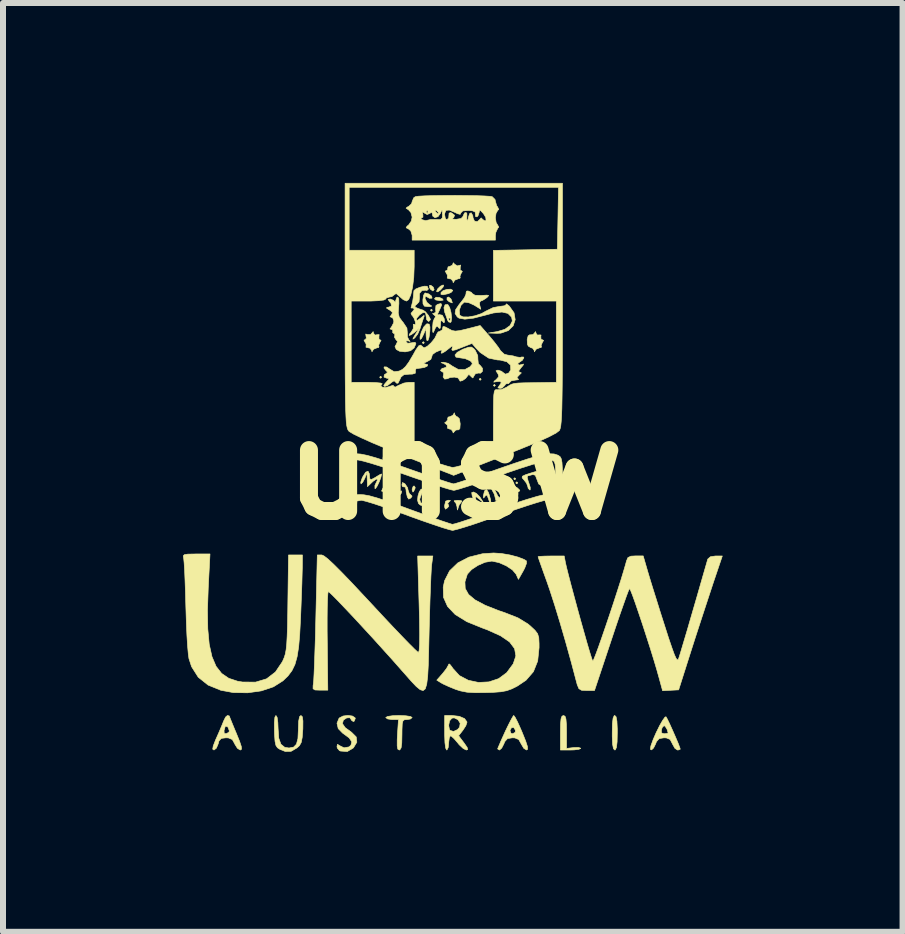
<source format=kicad_pcb>
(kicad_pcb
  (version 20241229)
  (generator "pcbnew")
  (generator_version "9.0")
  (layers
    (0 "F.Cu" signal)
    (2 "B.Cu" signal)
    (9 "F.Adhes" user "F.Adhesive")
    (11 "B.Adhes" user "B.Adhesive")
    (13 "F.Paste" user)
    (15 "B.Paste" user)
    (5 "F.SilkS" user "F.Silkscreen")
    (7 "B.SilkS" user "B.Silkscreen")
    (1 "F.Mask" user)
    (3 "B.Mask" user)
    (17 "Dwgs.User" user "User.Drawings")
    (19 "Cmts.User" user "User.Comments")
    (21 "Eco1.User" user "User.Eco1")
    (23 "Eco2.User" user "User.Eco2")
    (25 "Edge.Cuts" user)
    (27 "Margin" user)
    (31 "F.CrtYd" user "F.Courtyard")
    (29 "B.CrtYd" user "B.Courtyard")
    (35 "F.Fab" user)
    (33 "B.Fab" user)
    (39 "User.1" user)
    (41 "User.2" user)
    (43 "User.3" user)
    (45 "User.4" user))
  (footprint "unsw"
    (layer "F.Cu")
    (at 4.532 4.78)
    (property "Reference" "unsw" (at 0 0 0) (layer "F.SilkS") (effects (font (size 1.524 1.524) (thickness 0.3))))
    (attr through_hole)
    (fp_poly (pts (xy -1.219 -1.541) (xy -1.236 -1.524) (xy -1.253 -1.541) (xy -1.236 -1.558) (xy -1.219 -1.541)) (stroke (width 0.01) (type solid)) (fill yes) (layer "F.SilkS"))
    (fp_poly (pts (xy -0.508 -2.117) (xy -0.525 -2.1) (xy -0.542 -2.117) (xy -0.525 -2.134) (xy -0.508 -2.117)) (stroke (width 0.01) (type solid)) (fill yes) (layer "F.SilkS"))
    (fp_poly (pts (xy -0.406 0.491) (xy -0.423 0.508) (xy -0.44 0.491) (xy -0.423 0.474) (xy -0.406 0.491)) (stroke (width 0.01) (type solid)) (fill yes) (layer "F.SilkS"))
    (fp_poly (pts (xy -0.373 -2.659) (xy -0.389 -2.642) (xy -0.406 -2.659) (xy -0.389 -2.675) (xy -0.373 -2.659)) (stroke (width 0.01) (type solid)) (fill yes) (layer "F.SilkS"))
    (fp_poly (pts (xy 0.44 -1.507) (xy 0.423 -1.49) (xy 0.406 -1.507) (xy 0.423 -1.524) (xy 0.44 -1.507)) (stroke (width 0.01) (type solid)) (fill yes) (layer "F.SilkS"))
    (fp_poly (pts (xy 0.677 -1.405) (xy 0.66 -1.389) (xy 0.643 -1.405) (xy 0.66 -1.422) (xy 0.677 -1.405)) (stroke (width 0.01) (type solid)) (fill yes) (layer "F.SilkS"))
    (fp_poly (pts (xy 0.847 0.457) (xy 0.83 0.474) (xy 0.813 0.457) (xy 0.83 0.44) (xy 0.847 0.457)) (stroke (width 0.01) (type solid)) (fill yes) (layer "F.SilkS"))
    (fp_poly (pts (xy 1.016 0.152) (xy 0.999 0.169) (xy 0.982 0.152) (xy 0.999 0.135) (xy 1.016 0.152)) (stroke (width 0.01) (type solid)) (fill yes) (layer "F.SilkS"))
    (fp_poly (pts (xy 1.05 0.22) (xy 1.033 0.237) (xy 1.016 0.22) (xy 1.033 0.203) (xy 1.05 0.22)) (stroke (width 0.01) (type solid)) (fill yes) (layer "F.SilkS"))
    (fp_poly (pts (xy 1.558 0.22) (xy 1.541 0.237) (xy 1.524 0.22) (xy 1.541 0.203) (xy 1.558 0.22)) (stroke (width 0.01) (type solid)) (fill yes) (layer "F.SilkS"))
    (fp_poly (pts (xy -0.384 0.384) (xy -0.38 0.424) (xy -0.384 0.429) (xy -0.404 0.424) (xy -0.406 0.406) (xy -0.394 0.379) (xy -0.384 0.384)) (stroke (width 0.01) (type solid)) (fill yes) (layer "F.SilkS"))
    (fp_poly (pts (xy 0.768 0.35) (xy 0.763 0.37) (xy 0.745 0.373) (xy 0.717 0.36) (xy 0.722 0.35) (xy 0.763 0.346) (xy 0.768 0.35)) (stroke (width 0.01) (type solid)) (fill yes) (layer "F.SilkS"))
    (fp_poly (pts (xy -0.891 0.391) (xy -0.91 0.415) (xy -0.939 0.437) (xy -0.932 0.403) (xy -0.929 0.396) (xy -0.902 0.355) (xy -0.887 0.355) (xy -0.891 0.391)) (stroke (width 0.01) (type solid)) (fill yes) (layer "F.SilkS"))
    (fp_poly (pts (xy -0.66 0.296) (xy -0.665 0.322) (xy -0.689 0.366) (xy -0.698 0.373) (xy -0.71 0.345) (xy -0.711 0.322) (xy -0.693 0.277) (xy -0.678 0.271) (xy -0.66 0.296)) (stroke (width 0.01) (type solid)) (fill yes) (layer "F.SilkS"))
    (fp_poly (pts (xy -0.359 -3.043) (xy -0.344 -3.002) (xy -0.364 -2.98) (xy -0.366 -2.98) (xy -0.405 -3.007) (xy -0.42 -3.034) (xy -0.421 -3.074) (xy -0.4 -3.074) (xy -0.359 -3.043)) (stroke (width 0.01) (type solid)) (fill yes) (layer "F.SilkS"))
    (fp_poly (pts (xy -0.254 -2.87) (xy -0.208 -2.849) (xy -0.193 -2.827) (xy -0.241 -2.819) (xy -0.25 -2.819) (xy -0.316 -2.829) (xy -0.339 -2.849) (xy -0.313 -2.875) (xy -0.254 -2.87)) (stroke (width 0.01) (type solid)) (fill yes) (layer "F.SilkS"))
    (fp_poly (pts (xy -0.185 -3.075) (xy -0.195 -3.044) (xy -0.237 -2.997) (xy -0.285 -2.964) (xy -0.305 -2.971) (xy -0.284 -3.016) (xy -0.239 -3.059) (xy -0.196 -3.079) (xy -0.185 -3.075)) (stroke (width 0.01) (type solid)) (fill yes) (layer "F.SilkS"))
    (fp_poly (pts (xy 0.916 0.365) (xy 0.927 0.389) (xy 0.927 0.433) (xy 0.913 0.44) (xy 0.884 0.413) (xy 0.881 0.389) (xy 0.888 0.344) (xy 0.894 0.339) (xy 0.916 0.365)) (stroke (width 0.01) (type solid)) (fill yes) (layer "F.SilkS"))
    (fp_poly (pts (xy -0.068 -2.852) (xy -0.055 -2.828) (xy -0.042 -2.785) (xy -0.043 -2.78) (xy -0.076 -2.793) (xy -0.093 -2.799) (xy -0.13 -2.833) (xy -0.129 -2.869) (xy -0.105 -2.879) (xy -0.068 -2.852)) (stroke (width 0.01) (type solid)) (fill yes) (layer "F.SilkS"))
    (fp_poly (pts (xy -0.035 -2.991) (xy -0.034 -2.986) (xy -0.062 -2.954) (xy -0.11 -2.934) (xy -0.196 -2.915) (xy -0.231 -2.923) (xy -0.229 -2.955) (xy -0.193 -2.986) (xy -0.13 -3.006) (xy -0.068 -3.009) (xy -0.035 -2.991)) (stroke (width 0.01) (type solid)) (fill yes) (layer "F.SilkS"))
    (fp_poly (pts (xy -0.072 0.515) (xy -0.097 0.538) (xy -0.12 0.569) (xy -0.109 0.58) (xy -0.1 0.608) (xy -0.122 0.636) (xy -0.157 0.658) (xy -0.169 0.625) (xy -0.169 0.594) (xy -0.152 0.525) (xy -0.11 0.509) (xy -0.072 0.515)) (stroke (width 0.01) (type solid)) (fill yes) (layer "F.SilkS"))
    (fp_poly (pts (xy 0.646 0.299) (xy 0.68 0.363) (xy 0.717 0.438) (xy 0.75 0.477) (xy 0.756 0.504) (xy 0.731 0.519) (xy 0.686 0.516) (xy 0.677 0.481) (xy 0.659 0.409) (xy 0.625 0.346) (xy 0.597 0.291) (xy 0.609 0.271) (xy 0.646 0.299)) (stroke (width 0.01) (type solid)) (fill yes) (layer "F.SilkS"))
    (fp_poly (pts (xy 0.11 0.516) (xy 0.117 0.532) (xy 0.114 0.534) (xy 0.074 0.585) (xy 0.059 0.627) (xy 0.045 0.672) (xy 0.04 0.652) (xy 0.038 0.621) (xy 0.017 0.555) (xy -0.008 0.53) (xy -0.01 0.518) (xy 0.043 0.511) (xy 0.051 0.511) (xy 0.11 0.516)) (stroke (width 0.01) (type solid)) (fill yes) (layer "F.SilkS"))
    (fp_poly (pts (xy -0.533 0.362) (xy -0.558 0.417) (xy -0.585 0.493) (xy -0.57 0.55) (xy -0.52 0.57) (xy -0.493 0.564) (xy -0.455 0.56) (xy -0.457 0.576) (xy -0.51 0.608) (xy -0.576 0.59) (xy -0.605 0.564) (xy -0.621 0.511) (xy -0.614 0.438) (xy -0.592 0.368) (xy -0.562 0.325) (xy -0.539 0.324) (xy -0.533 0.362)) (stroke (width 0.01) (type solid)) (fill yes) (layer "F.SilkS"))
    (fp_poly (pts (xy 0.558 0.375) (xy 0.575 0.422) (xy 0.598 0.505) (xy 0.602 0.557) (xy 0.6 0.563) (xy 0.582 0.546) (xy 0.561 0.486) (xy 0.539 0.427) (xy 0.517 0.428) (xy 0.506 0.442) (xy 0.481 0.473) (xy 0.475 0.444) (xy 0.475 0.44) (xy 0.493 0.366) (xy 0.505 0.343) (xy 0.53 0.33) (xy 0.558 0.375)) (stroke (width 0.01) (type solid)) (fill yes) (layer "F.SilkS"))
    (fp_poly (pts (xy 2.689 4.12) (xy 2.703 4.193) (xy 2.709 4.322) (xy 2.709 4.386) (xy 2.706 4.538) (xy 2.695 4.631) (xy 2.676 4.671) (xy 2.667 4.674) (xy 2.645 4.651) (xy 2.631 4.579) (xy 2.625 4.449) (xy 2.625 4.386) (xy 2.628 4.233) (xy 2.639 4.141) (xy 2.658 4.101) (xy 2.667 4.098) (xy 2.689 4.12)) (stroke (width 0.01) (type solid)) (fill yes) (layer "F.SilkS"))
    (fp_poly (pts (xy -0.835 0.233) (xy -0.83 0.237) (xy -0.786 0.302) (xy -0.779 0.34) (xy -0.758 0.399) (xy -0.737 0.416) (xy -0.712 0.442) (xy -0.732 0.472) (xy -0.768 0.491) (xy -0.791 0.457) (xy -0.81 0.374) (xy -0.813 0.334) (xy -0.826 0.289) (xy -0.847 0.288) (xy -0.875 0.279) (xy -0.881 0.252) (xy -0.872 0.214) (xy -0.835 0.233)) (stroke (width 0.01) (type solid)) (fill yes) (layer "F.SilkS"))
    (fp_poly (pts (xy -0.427 -2.426) (xy -0.414 -2.379) (xy -0.416 -2.307) (xy -0.429 -2.208) (xy -0.447 -2.154) (xy -0.464 -2.152) (xy -0.476 -2.209) (xy -0.478 -2.238) (xy -0.481 -2.354) (xy -0.518 -2.261) (xy -0.556 -2.185) (xy -0.578 -2.171) (xy -0.58 -2.213) (xy -0.558 -2.294) (xy -0.518 -2.378) (xy -0.472 -2.428) (xy -0.461 -2.432) (xy -0.427 -2.426)) (stroke (width 0.01) (type solid)) (fill yes) (layer "F.SilkS"))
    (fp_poly (pts (xy 0.362 0.397) (xy 0.416 0.453) (xy 0.425 0.466) (xy 0.485 0.559) (xy 0.412 0.494) (xy 0.358 0.452) (xy 0.342 0.459) (xy 0.358 0.52) (xy 0.372 0.557) (xy 0.387 0.619) (xy 0.376 0.643) (xy 0.347 0.615) (xy 0.33 0.567) (xy 0.305 0.478) (xy 0.289 0.432) (xy 0.282 0.382) (xy 0.312 0.372) (xy 0.362 0.397)) (stroke (width 0.01) (type solid)) (fill yes) (layer "F.SilkS"))
    (fp_poly (pts (xy 1.838 4.111) (xy 1.853 4.156) (xy 1.861 4.248) (xy 1.863 4.373) (xy 1.863 4.647) (xy 1.981 4.633) (xy 2.059 4.631) (xy 2.099 4.643) (xy 2.1 4.647) (xy 2.069 4.662) (xy 1.991 4.672) (xy 1.93 4.674) (xy 1.761 4.674) (xy 1.761 4.386) (xy 1.763 4.242) (xy 1.771 4.154) (xy 1.787 4.11) (xy 1.812 4.098) (xy 1.838 4.111)) (stroke (width 0.01) (type solid)) (fill yes) (layer "F.SilkS"))
    (fp_poly (pts (xy 0.948 0.249) (xy 0.974 0.262) (xy 1.046 0.306) (xy 1.082 0.342) (xy 1.084 0.346) (xy 1.064 0.372) (xy 1.017 0.354) (xy 0.981 0.32) (xy 0.925 0.285) (xy 0.892 0.285) (xy 0.852 0.285) (xy 0.847 0.275) (xy 0.818 0.258) (xy 0.754 0.259) (xy 0.694 0.266) (xy 0.695 0.26) (xy 0.758 0.238) (xy 0.762 0.237) (xy 0.855 0.221) (xy 0.948 0.249)) (stroke (width 0.01) (type solid)) (fill yes) (layer "F.SilkS"))
    (fp_poly (pts (xy -0.434 -2.93) (xy -0.388 -2.895) (xy -0.379 -2.862) (xy -0.381 -2.859) (xy -0.423 -2.857) (xy -0.453 -2.875) (xy -0.49 -2.895) (xy -0.496 -2.857) (xy -0.496 -2.854) (xy -0.465 -2.79) (xy -0.426 -2.756) (xy -0.385 -2.728) (xy -0.403 -2.719) (xy -0.448 -2.718) (xy -0.507 -2.726) (xy -0.53 -2.765) (xy -0.532 -2.832) (xy -0.52 -2.909) (xy -0.497 -2.945) (xy -0.493 -2.946) (xy -0.434 -2.93)) (stroke (width 0.01) (type solid)) (fill yes) (layer "F.SilkS"))
    (fp_poly (pts (xy -0.114 -2.75) (xy -0.085 -2.702) (xy -0.063 -2.621) (xy -0.053 -2.534) (xy -0.06 -2.469) (xy -0.07 -2.454) (xy -0.105 -2.464) (xy -0.122 -2.496) (xy -0.125 -2.506) (xy -0.102 -2.506) (xy -0.089 -2.478) (xy -0.079 -2.484) (xy -0.075 -2.524) (xy -0.079 -2.529) (xy -0.099 -2.524) (xy -0.102 -2.506) (xy -0.125 -2.506) (xy -0.151 -2.579) (xy -0.169 -2.628) (xy -0.181 -2.7) (xy -0.162 -2.749) (xy -0.122 -2.754) (xy -0.114 -2.75)) (stroke (width 0.01) (type solid)) (fill yes) (layer "F.SilkS"))
    (fp_poly (pts (xy -1.035 0.152) (xy -1.018 0.211) (xy -1.016 0.271) (xy -1.023 0.356) (xy -1.041 0.403) (xy -1.049 0.406) (xy -1.067 0.382) (xy -1.062 0.356) (xy -1.067 0.315) (xy -1.109 0.307) (xy -1.165 0.334) (xy -1.179 0.345) (xy -1.213 0.365) (xy -1.219 0.351) (xy -1.196 0.305) (xy -1.146 0.251) (xy -1.102 0.218) (xy -1.095 0.226) (xy -1.097 0.229) (xy -1.1 0.266) (xy -1.086 0.271) (xy -1.052 0.251) (xy -1.068 0.202) (xy -1.091 0.176) (xy -1.11 0.143) (xy -1.074 0.135) (xy -1.035 0.152)) (stroke (width 0.01) (type solid)) (fill yes) (layer "F.SilkS"))
    (fp_poly (pts (xy -0.816 4.103) (xy -0.738 4.115) (xy -0.711 4.132) (xy -0.74 4.157) (xy -0.796 4.166) (xy -0.839 4.169) (xy -0.864 4.188) (xy -0.876 4.237) (xy -0.88 4.33) (xy -0.881 4.42) (xy -0.884 4.558) (xy -0.895 4.638) (xy -0.916 4.671) (xy -0.926 4.674) (xy -0.95 4.659) (xy -0.96 4.606) (xy -0.96 4.505) (xy -0.956 4.42) (xy -0.939 4.166) (xy -1.045 4.166) (xy -1.119 4.156) (xy -1.151 4.133) (xy -1.151 4.132) (xy -1.12 4.114) (xy -1.038 4.102) (xy -0.931 4.098) (xy -0.816 4.103)) (stroke (width 0.01) (type solid)) (fill yes) (layer "F.SilkS"))
    (fp_poly (pts (xy -0.003 -0.923) (xy 0.027 -0.884) (xy 0.044 -0.881) (xy 0.076 -0.85) (xy 0.09 -0.766) (xy 0.09 -0.762) (xy 0.085 -0.687) (xy 0.064 -0.663) (xy 0.06 -0.665) (xy 0.016 -0.66) (xy -0.003 -0.639) (xy -0.028 -0.613) (xy -0.033 -0.635) (xy -0.061 -0.672) (xy -0.087 -0.677) (xy -0.123 -0.692) (xy -0.12 -0.708) (xy -0.127 -0.747) (xy -0.144 -0.759) (xy -0.169 -0.781) (xy -0.144 -0.799) (xy -0.116 -0.834) (xy -0.12 -0.85) (xy -0.111 -0.877) (xy -0.089 -0.881) (xy -0.034 -0.905) (xy -0.022 -0.923) (xy -0.007 -0.948) (xy -0.003 -0.923)) (stroke (width 0.01) (type solid)) (fill yes) (layer "F.SilkS"))
    (fp_poly (pts (xy 1.354 -2.274) (xy 1.378 -2.243) (xy 1.404 -2.247) (xy 1.438 -2.245) (xy 1.434 -2.217) (xy 1.438 -2.174) (xy 1.457 -2.167) (xy 1.481 -2.155) (xy 1.461 -2.122) (xy 1.439 -2.073) (xy 1.445 -2.054) (xy 1.439 -2.035) (xy 1.414 -2.032) (xy 1.357 -2.009) (xy 1.343 -1.99) (xy 1.328 -1.965) (xy 1.323 -1.99) (xy 1.294 -2.028) (xy 1.272 -2.032) (xy 1.225 -2.06) (xy 1.211 -2.091) (xy 1.207 -2.171) (xy 1.223 -2.231) (xy 1.253 -2.251) (xy 1.261 -2.247) (xy 1.305 -2.253) (xy 1.324 -2.273) (xy 1.348 -2.302) (xy 1.354 -2.274)) (stroke (width 0.01) (type solid)) (fill yes) (layer "F.SilkS"))
    (fp_poly (pts (xy -1.425 0.067) (xy -1.422 0.104) (xy -1.416 0.155) (xy -1.388 0.163) (xy -1.324 0.129) (xy -1.303 0.115) (xy -1.244 0.08) (xy -1.22 0.072) (xy -1.22 0.072) (xy -1.232 0.129) (xy -1.26 0.203) (xy -1.293 0.272) (xy -1.321 0.314) (xy -1.331 0.316) (xy -1.332 0.264) (xy -1.319 0.235) (xy -1.288 0.171) (xy -1.302 0.154) (xy -1.356 0.189) (xy -1.372 0.203) (xy -1.456 0.283) (xy -1.46 0.167) (xy -1.463 0.051) (xy -1.5 0.144) (xy -1.535 0.21) (xy -1.564 0.237) (xy -1.568 0.21) (xy -1.546 0.144) (xy -1.535 0.12) (xy -1.486 0.043) (xy -1.447 0.025) (xy -1.425 0.067)) (stroke (width 0.01) (type solid)) (fill yes) (layer "F.SilkS"))
    (fp_poly (pts (xy -1.355 -2.274) (xy -1.331 -2.244) (xy -1.3 -2.249) (xy -1.261 -2.252) (xy -1.265 -2.219) (xy -1.264 -2.175) (xy -1.248 -2.167) (xy -1.229 -2.153) (xy -1.249 -2.122) (xy -1.27 -2.073) (xy -1.264 -2.054) (xy -1.271 -2.035) (xy -1.295 -2.032) (xy -1.352 -2.009) (xy -1.366 -1.99) (xy -1.381 -1.965) (xy -1.386 -1.99) (xy -1.416 -2.026) (xy -1.445 -2.032) (xy -1.482 -2.042) (xy -1.479 -2.054) (xy -1.478 -2.095) (xy -1.495 -2.122) (xy -1.514 -2.16) (xy -1.495 -2.167) (xy -1.474 -2.192) (xy -1.48 -2.224) (xy -1.485 -2.262) (xy -1.458 -2.253) (xy -1.405 -2.253) (xy -1.385 -2.273) (xy -1.361 -2.302) (xy -1.355 -2.274)) (stroke (width 0.01) (type solid)) (fill yes) (layer "F.SilkS"))
    (fp_poly (pts (xy -0.003 -3.425) (xy 0.044 -3.397) (xy 0.07 -3.405) (xy 0.099 -3.411) (xy 0.091 -3.375) (xy 0.09 -3.328) (xy 0.107 -3.319) (xy 0.126 -3.304) (xy 0.106 -3.273) (xy 0.085 -3.224) (xy 0.091 -3.206) (xy 0.084 -3.187) (xy 0.059 -3.183) (xy 0.002 -3.16) (xy -0.011 -3.141) (xy -0.027 -3.116) (xy -0.031 -3.141) (xy -0.061 -3.178) (xy -0.09 -3.183) (xy -0.127 -3.194) (xy -0.124 -3.206) (xy -0.124 -3.246) (xy -0.14 -3.273) (xy -0.16 -3.311) (xy -0.138 -3.319) (xy -0.114 -3.339) (xy -0.119 -3.353) (xy -0.111 -3.382) (xy -0.087 -3.387) (xy -0.04 -3.409) (xy -0.033 -3.429) (xy -0.024 -3.45) (xy -0.003 -3.425)) (stroke (width 0.01) (type solid)) (fill yes) (layer "F.SilkS"))
    (fp_poly (pts (xy -2.542 4.119) (xy -2.532 4.188) (xy -2.533 4.314) (xy -2.534 4.335) (xy -2.544 4.465) (xy -2.56 4.547) (xy -2.59 4.601) (xy -2.632 4.639) (xy -2.73 4.696) (xy -2.826 4.698) (xy -2.913 4.664) (xy -2.956 4.636) (xy -2.982 4.597) (xy -2.997 4.529) (xy -3.005 4.416) (xy -3.007 4.359) (xy -3.008 4.216) (xy -2.999 4.126) (xy -2.982 4.098) (xy -2.962 4.129) (xy -2.95 4.215) (xy -2.946 4.316) (xy -2.935 4.475) (xy -2.899 4.577) (xy -2.835 4.629) (xy -2.764 4.64) (xy -2.688 4.626) (xy -2.64 4.577) (xy -2.615 4.483) (xy -2.608 4.334) (xy -2.608 4.328) (xy -2.603 4.192) (xy -2.588 4.118) (xy -2.565 4.098) (xy -2.542 4.119)) (stroke (width 0.01) (type solid)) (fill yes) (layer "F.SilkS"))
    (fp_poly (pts (xy -0.219 -2.746) (xy -0.249 -2.674) (xy -0.255 -2.662) (xy -0.285 -2.598) (xy -0.28 -2.579) (xy -0.257 -2.585) (xy -0.208 -2.575) (xy -0.176 -2.515) (xy -0.17 -2.461) (xy -0.184 -2.449) (xy -0.203 -2.472) (xy -0.226 -2.494) (xy -0.236 -2.457) (xy -0.237 -2.421) (xy -0.243 -2.358) (xy -0.26 -2.356) (xy -0.27 -2.37) (xy -0.297 -2.395) (xy -0.323 -2.364) (xy -0.335 -2.336) (xy -0.357 -2.287) (xy -0.367 -2.292) (xy -0.37 -2.358) (xy -0.37 -2.377) (xy -0.362 -2.465) (xy -0.34 -2.521) (xy -0.335 -2.525) (xy -0.32 -2.556) (xy -0.344 -2.578) (xy -0.371 -2.602) (xy -0.345 -2.607) (xy -0.315 -2.632) (xy -0.32 -2.671) (xy -0.315 -2.735) (xy -0.284 -2.757) (xy -0.23 -2.77) (xy -0.219 -2.746)) (stroke (width 0.01) (type solid)) (fill yes) (layer "F.SilkS"))
    (fp_poly (pts (xy 1.403 0.042) (xy 1.397 0.061) (xy 1.395 0.097) (xy 1.433 0.092) (xy 1.481 0.088) (xy 1.49 0.103) (xy 1.464 0.135) (xy 1.456 0.135) (xy 1.426 0.159) (xy 1.428 0.207) (xy 1.46 0.246) (xy 1.465 0.249) (xy 1.478 0.264) (xy 1.45 0.268) (xy 1.399 0.239) (xy 1.371 0.167) (xy 1.343 0.094) (xy 1.302 0.081) (xy 1.298 0.082) (xy 1.234 0.1) (xy 1.216 0.102) (xy 1.207 0.129) (xy 1.225 0.196) (xy 1.234 0.22) (xy 1.258 0.295) (xy 1.257 0.336) (xy 1.251 0.339) (xy 1.223 0.311) (xy 1.219 0.288) (xy 1.197 0.227) (xy 1.156 0.174) (xy 1.123 0.136) (xy 1.126 0.11) (xy 1.176 0.086) (xy 1.255 0.06) (xy 1.35 0.031) (xy 1.395 0.025) (xy 1.403 0.042)) (stroke (width 0.01) (type solid)) (fill yes) (layer "F.SilkS"))
    (fp_poly (pts (xy 1.005 4.127) (xy 1.046 4.205) (xy 1.097 4.318) (xy 1.126 4.386) (xy 1.182 4.526) (xy 1.211 4.615) (xy 1.214 4.661) (xy 1.196 4.674) (xy 1.15 4.645) (xy 1.109 4.576) (xy 1.107 4.572) (xy 1.066 4.499) (xy 1.002 4.472) (xy 0.961 4.47) (xy 0.879 4.483) (xy 0.834 4.533) (xy 0.818 4.572) (xy 0.782 4.642) (xy 0.745 4.674) (xy 0.744 4.674) (xy 0.715 4.656) (xy 0.717 4.646) (xy 0.774 4.513) (xy 0.835 4.378) (xy 0.848 4.35) (xy 0.92 4.35) (xy 0.937 4.395) (xy 0.965 4.403) (xy 1.008 4.378) (xy 1.01 4.343) (xy 0.981 4.296) (xy 0.943 4.304) (xy 0.92 4.35) (xy 0.848 4.35) (xy 0.894 4.255) (xy 0.943 4.16) (xy 0.975 4.105) (xy 0.983 4.098) (xy 1.005 4.127)) (stroke (width 0.01) (type solid)) (fill yes) (layer "F.SilkS"))
    (fp_poly (pts (xy -1.707 4.107) (xy -1.663 4.136) (xy -1.659 4.149) (xy -1.678 4.194) (xy -1.693 4.199) (xy -1.726 4.174) (xy -1.727 4.166) (xy -1.751 4.135) (xy -1.803 4.139) (xy -1.857 4.175) (xy -1.858 4.177) (xy -1.873 4.234) (xy -1.827 4.301) (xy -1.719 4.38) (xy -1.719 4.38) (xy -1.643 4.456) (xy -1.633 4.543) (xy -1.689 4.636) (xy -1.693 4.64) (xy -1.792 4.699) (xy -1.905 4.691) (xy -1.922 4.685) (xy -1.959 4.641) (xy -1.964 4.613) (xy -1.955 4.578) (xy -1.924 4.599) (xy -1.846 4.637) (xy -1.764 4.622) (xy -1.732 4.595) (xy -1.717 4.537) (xy -1.762 4.471) (xy -1.871 4.391) (xy -1.871 4.391) (xy -1.943 4.317) (xy -1.964 4.227) (xy -1.93 4.145) (xy -1.924 4.139) (xy -1.863 4.107) (xy -1.782 4.097) (xy -1.707 4.107)) (stroke (width 0.01) (type solid)) (fill yes) (layer "F.SilkS"))
    (fp_poly (pts (xy 3.544 4.159) (xy 3.584 4.242) (xy 3.633 4.351) (xy 3.683 4.465) (xy 3.726 4.567) (xy 3.753 4.639) (xy 3.759 4.66) (xy 3.732 4.672) (xy 3.712 4.674) (xy 3.669 4.645) (xy 3.63 4.575) (xy 3.629 4.572) (xy 3.59 4.498) (xy 3.527 4.472) (xy 3.488 4.47) (xy 3.408 4.483) (xy 3.362 4.535) (xy 3.348 4.572) (xy 3.314 4.64) (xy 3.28 4.672) (xy 3.261 4.662) (xy 3.269 4.605) (xy 3.308 4.497) (xy 3.359 4.38) (xy 3.382 4.335) (xy 3.445 4.335) (xy 3.446 4.389) (xy 3.491 4.403) (xy 3.545 4.396) (xy 3.556 4.389) (xy 3.541 4.333) (xy 3.51 4.282) (xy 3.489 4.267) (xy 3.46 4.295) (xy 3.445 4.335) (xy 3.382 4.335) (xy 3.414 4.269) (xy 3.465 4.18) (xy 3.504 4.126) (xy 3.521 4.119) (xy 3.544 4.159)) (stroke (width 0.01) (type solid)) (fill yes) (layer "F.SilkS"))
    (fp_poly (pts (xy 0.074 4.112) (xy 0.163 4.15) (xy 0.202 4.204) (xy 0.203 4.213) (xy 0.184 4.269) (xy 0.136 4.343) (xy 0.133 4.347) (xy 0.064 4.436) (xy 0.154 4.555) (xy 0.206 4.63) (xy 0.215 4.666) (xy 0.192 4.674) (xy 0.14 4.648) (xy 0.073 4.585) (xy 0.049 4.555) (xy -0.013 4.483) (xy -0.06 4.441) (xy -0.072 4.437) (xy -0.091 4.466) (xy -0.101 4.54) (xy -0.102 4.555) (xy -0.11 4.633) (xy -0.131 4.673) (xy -0.135 4.674) (xy -0.152 4.642) (xy -0.164 4.554) (xy -0.169 4.423) (xy -0.169 4.386) (xy -0.169 4.263) (xy -0.102 4.263) (xy -0.089 4.333) (xy -0.078 4.347) (xy -0.021 4.364) (xy 0.046 4.333) (xy 0.08 4.293) (xy 0.09 4.227) (xy 0.053 4.168) (xy -0.009 4.138) (xy -0.048 4.143) (xy -0.087 4.188) (xy -0.102 4.263) (xy -0.169 4.263) (xy -0.169 4.098) (xy -0.049 4.098) (xy 0.074 4.112)) (stroke (width 0.01) (type solid)) (fill yes) (layer "F.SilkS"))
    (fp_poly (pts (xy -3.76 4.106) (xy -3.759 4.107) (xy -3.747 4.141) (xy -3.714 4.222) (xy -3.667 4.336) (xy -3.642 4.395) (xy -3.587 4.531) (xy -3.559 4.616) (xy -3.555 4.66) (xy -3.575 4.674) (xy -3.577 4.674) (xy -3.624 4.645) (xy -3.667 4.576) (xy -3.668 4.572) (xy -3.709 4.499) (xy -3.774 4.472) (xy -3.815 4.47) (xy -3.893 4.48) (xy -3.932 4.523) (xy -3.945 4.572) (xy -3.975 4.643) (xy -4.015 4.674) (xy -4.015 4.674) (xy -4.036 4.659) (xy -4.027 4.607) (xy -3.989 4.508) (xy -3.976 4.479) (xy -3.923 4.359) (xy -3.919 4.349) (xy -3.847 4.349) (xy -3.844 4.394) (xy -3.814 4.403) (xy -3.766 4.378) (xy -3.759 4.354) (xy -3.78 4.296) (xy -3.793 4.284) (xy -3.825 4.275) (xy -3.827 4.279) (xy -3.838 4.321) (xy -3.847 4.349) (xy -3.919 4.349) (xy -3.877 4.249) (xy -3.854 4.191) (xy -3.821 4.124) (xy -3.79 4.098) (xy -3.76 4.106)) (stroke (width 0.01) (type solid)) (fill yes) (layer "F.SilkS"))
    (fp_poly (pts (xy 0.317 -2.017) (xy 0.341 -1.989) (xy 0.383 -1.902) (xy 0.385 -1.841) (xy 0.393 -1.765) (xy 0.426 -1.735) (xy 0.462 -1.69) (xy 0.461 -1.639) (xy 0.428 -1.608) (xy 0.395 -1.611) (xy 0.345 -1.6) (xy 0.324 -1.569) (xy 0.301 -1.529) (xy 0.272 -1.551) (xy 0.267 -1.559) (xy 0.234 -1.589) (xy 0.215 -1.566) (xy 0.18 -1.521) (xy 0.131 -1.487) (xy 0.089 -1.475) (xy 0.076 -1.497) (xy 0.055 -1.529) (xy -0.004 -1.543) (xy -0.076 -1.537) (xy -0.124 -1.516) (xy -0.169 -1.51) (xy -0.195 -1.546) (xy -0.186 -1.592) (xy -0.189 -1.623) (xy -0.201 -1.626) (xy -0.236 -1.65) (xy -0.237 -1.659) (xy -0.21 -1.69) (xy -0.186 -1.693) (xy -0.141 -1.71) (xy -0.146 -1.745) (xy -0.195 -1.772) (xy -0.229 -1.784) (xy -0.199 -1.79) (xy -0.184 -1.791) (xy -0.109 -1.772) (xy -0.042 -1.727) (xy 0.06 -1.67) (xy 0.167 -1.668) (xy 0.255 -1.716) (xy 0.293 -1.763) (xy 0.279 -1.796) (xy 0.251 -1.818) (xy 0.171 -1.852) (xy 0.095 -1.863) (xy 0.02 -1.876) (xy 0.003 -1.911) (xy 0.041 -1.957) (xy 0.132 -2.006) (xy 0.139 -2.009) (xy 0.228 -2.041) (xy 0.278 -2.044) (xy 0.317 -2.017)) (stroke (width 0.01) (type solid)) (fill yes) (layer "F.SilkS"))
    (fp_poly (pts (xy -0.934 -2.848) (xy -0.932 -2.769) (xy -0.936 -2.718) (xy -0.943 -2.612) (xy -0.926 -2.54) (xy -0.877 -2.473) (xy -0.864 -2.459) (xy -0.798 -2.36) (xy -0.792 -2.292) (xy -0.789 -2.212) (xy -0.769 -2.171) (xy -0.745 -2.136) (xy -0.768 -2.145) (xy -0.77 -2.146) (xy -0.808 -2.148) (xy -0.813 -2.132) (xy -0.785 -2.107) (xy -0.728 -2.114) (xy -0.662 -2.124) (xy -0.648 -2.1) (xy -0.678 -2.031) (xy -0.679 -2.03) (xy -0.737 -1.983) (xy -0.828 -1.964) (xy -0.92 -1.974) (xy -0.975 -2.004) (xy -0.997 -2.052) (xy -0.975 -2.091) (xy -0.954 -2.138) (xy -0.98 -2.166) (xy -1.007 -2.21) (xy -1.001 -2.231) (xy -1.002 -2.265) (xy -1.016 -2.269) (xy -1.038 -2.29) (xy -1.033 -2.303) (xy -1.039 -2.334) (xy -1.055 -2.337) (xy -1.08 -2.347) (xy -1.057 -2.377) (xy -1.021 -2.445) (xy -1.016 -2.479) (xy -1.035 -2.53) (xy -1.057 -2.54) (xy -1.08 -2.55) (xy -1.056 -2.581) (xy -1.038 -2.619) (xy -1.077 -2.656) (xy -1.092 -2.664) (xy -1.139 -2.695) (xy -1.128 -2.707) (xy -1.109 -2.708) (xy -1.056 -2.726) (xy -1.063 -2.772) (xy -1.091 -2.804) (xy -1.111 -2.837) (xy -1.076 -2.845) (xy -1.019 -2.822) (xy -1.005 -2.802) (xy -0.99 -2.791) (xy -0.985 -2.819) (xy -0.967 -2.87) (xy -0.95 -2.879) (xy -0.934 -2.848)) (stroke (width 0.01) (type solid)) (fill yes) (layer "F.SilkS"))
    (fp_poly (pts (xy 0.276 -2.957) (xy 0.29 -2.937) (xy 0.336 -2.908) (xy 0.441 -2.904) (xy 0.449 -2.905) (xy 0.536 -2.91) (xy 0.565 -2.903) (xy 0.546 -2.879) (xy 0.527 -2.863) (xy 0.465 -2.823) (xy 0.43 -2.811) (xy 0.412 -2.784) (xy 0.416 -2.742) (xy 0.434 -2.674) (xy 0.323 -2.743) (xy 0.237 -2.782) (xy 0.166 -2.793) (xy 0.156 -2.791) (xy 0.104 -2.74) (xy 0.075 -2.659) (xy 0.081 -2.582) (xy 0.086 -2.572) (xy 0.137 -2.547) (xy 0.228 -2.546) (xy 0.339 -2.566) (xy 0.447 -2.603) (xy 0.516 -2.642) (xy 0.639 -2.702) (xy 0.747 -2.722) (xy 0.828 -2.732) (xy 0.858 -2.753) (xy 0.856 -2.759) (xy 0.863 -2.764) (xy 0.905 -2.73) (xy 0.909 -2.726) (xy 0.988 -2.615) (xy 1.007 -2.501) (xy 0.973 -2.398) (xy 0.891 -2.318) (xy 0.768 -2.276) (xy 0.704 -2.273) (xy 0.559 -2.278) (xy 0.708 -2.302) (xy 0.834 -2.34) (xy 0.921 -2.402) (xy 0.959 -2.478) (xy 0.947 -2.543) (xy 0.886 -2.605) (xy 0.787 -2.628) (xy 0.643 -2.612) (xy 0.512 -2.577) (xy 0.313 -2.526) (xy 0.167 -2.509) (xy 0.071 -2.526) (xy 0.041 -2.547) (xy 0.005 -2.604) (xy 0.015 -2.669) (xy 0.075 -2.757) (xy 0.104 -2.792) (xy 0.162 -2.869) (xy 0.188 -2.929) (xy 0.187 -2.945) (xy 0.194 -2.975) (xy 0.219 -2.98) (xy 0.276 -2.957)) (stroke (width 0.01) (type solid)) (fill yes) (layer "F.SilkS"))
    (fp_poly (pts (xy -4.11 1.964) (xy -4.123 2.34) (xy -4.118 2.654) (xy -4.094 2.912) (xy -4.048 3.118) (xy -3.98 3.278) (xy -3.887 3.397) (xy -3.768 3.478) (xy -3.621 3.527) (xy -3.54 3.54) (xy -3.321 3.542) (xy -3.138 3.487) (xy -2.99 3.373) (xy -2.874 3.201) (xy -2.866 3.183) (xy -2.843 3.13) (xy -2.825 3.072) (xy -2.812 3.001) (xy -2.802 2.907) (xy -2.795 2.78) (xy -2.789 2.611) (xy -2.785 2.389) (xy -2.783 2.227) (xy -2.772 1.422) (xy -2.54 1.422) (xy -2.542 1.634) (xy -2.545 1.738) (xy -2.549 1.894) (xy -2.556 2.085) (xy -2.564 2.297) (xy -2.571 2.472) (xy -2.585 2.742) (xy -2.603 2.954) (xy -2.629 3.119) (xy -2.665 3.248) (xy -2.715 3.351) (xy -2.781 3.439) (xy -2.865 3.52) (xy -3.023 3.62) (xy -3.226 3.688) (xy -3.455 3.72) (xy -3.694 3.716) (xy -3.9 3.678) (xy -4.113 3.591) (xy -4.277 3.46) (xy -4.388 3.285) (xy -4.432 3.15) (xy -4.443 3.07) (xy -4.455 2.935) (xy -4.466 2.759) (xy -4.475 2.552) (xy -4.482 2.329) (xy -4.484 2.269) (xy -4.49 2.05) (xy -4.497 1.851) (xy -4.504 1.683) (xy -4.512 1.557) (xy -4.519 1.484) (xy -4.521 1.473) (xy -4.527 1.437) (xy -4.508 1.417) (xy -4.451 1.408) (xy -4.342 1.406) (xy -4.311 1.405) (xy -4.081 1.405) (xy -4.11 1.964)) (stroke (width 0.01) (type solid)) (fill yes) (layer "F.SilkS"))
    (fp_poly (pts (xy -2.18 1.439) (xy -2.115 1.489) (xy -2.02 1.577) (xy -1.891 1.706) (xy -1.725 1.878) (xy -1.52 2.097) (xy -1.391 2.235) (xy -1.209 2.431) (xy -1.041 2.61) (xy -0.892 2.766) (xy -0.769 2.893) (xy -0.676 2.986) (xy -0.62 3.038) (xy -0.606 3.048) (xy -0.594 3.014) (xy -0.587 2.914) (xy -0.585 2.746) (xy -0.588 2.511) (xy -0.595 2.244) (xy -0.619 1.439) (xy -0.366 1.439) (xy -0.385 1.582) (xy -0.391 1.652) (xy -0.398 1.78) (xy -0.405 1.956) (xy -0.413 2.169) (xy -0.42 2.409) (xy -0.427 2.666) (xy -0.428 2.71) (xy -0.435 3.018) (xy -0.442 3.263) (xy -0.452 3.447) (xy -0.468 3.576) (xy -0.492 3.654) (xy -0.528 3.683) (xy -0.577 3.668) (xy -0.643 3.614) (xy -0.729 3.523) (xy -0.837 3.4) (xy -0.879 3.353) (xy -1.034 3.177) (xy -1.2 2.993) (xy -1.368 2.807) (xy -1.534 2.627) (xy -1.69 2.458) (xy -1.831 2.309) (xy -1.949 2.185) (xy -2.04 2.093) (xy -2.095 2.041) (xy -2.109 2.032) (xy -2.116 2.064) (xy -2.122 2.155) (xy -2.126 2.295) (xy -2.128 2.476) (xy -2.128 2.687) (xy -2.126 2.854) (xy -2.117 3.676) (xy -2.246 3.676) (xy -2.33 3.673) (xy -2.363 3.652) (xy -2.362 3.598) (xy -2.358 3.574) (xy -2.352 3.515) (xy -2.346 3.397) (xy -2.339 3.231) (xy -2.332 3.025) (xy -2.324 2.789) (xy -2.318 2.532) (xy -2.316 2.447) (xy -2.292 1.422) (xy -2.217 1.422) (xy -2.18 1.439)) (stroke (width 0.01) (type solid)) (fill yes) (layer "F.SilkS"))
    (fp_poly (pts (xy -0.462 -3.058) (xy -0.46 -3.057) (xy -0.44 -3.011) (xy -0.465 -2.987) (xy -0.489 -2.992) (xy -0.548 -2.986) (xy -0.589 -2.937) (xy -0.59 -2.868) (xy -0.589 -2.864) (xy -0.596 -2.798) (xy -0.627 -2.764) (xy -0.668 -2.728) (xy -0.651 -2.705) (xy -0.623 -2.692) (xy -0.557 -2.668) (xy -0.531 -2.661) (xy -0.49 -2.633) (xy -0.442 -2.575) (xy -0.41 -2.516) (xy -0.406 -2.5) (xy -0.432 -2.473) (xy -0.44 -2.472) (xy -0.469 -2.5) (xy -0.474 -2.534) (xy -0.485 -2.599) (xy -0.497 -2.619) (xy -0.534 -2.617) (xy -0.587 -2.58) (xy -0.631 -2.53) (xy -0.643 -2.496) (xy -0.622 -2.49) (xy -0.572 -2.525) (xy -0.57 -2.526) (xy -0.519 -2.569) (xy -0.508 -2.566) (xy -0.523 -2.523) (xy -0.551 -2.441) (xy -0.58 -2.349) (xy -0.619 -2.259) (xy -0.667 -2.197) (xy -0.698 -2.176) (xy -0.692 -2.198) (xy -0.659 -2.252) (xy -0.595 -2.354) (xy -0.664 -2.294) (xy -0.727 -2.249) (xy -0.761 -2.237) (xy -0.756 -2.26) (xy -0.729 -2.29) (xy -0.692 -2.353) (xy -0.692 -2.394) (xy -0.692 -2.425) (xy -0.673 -2.419) (xy -0.654 -2.425) (xy -0.659 -2.468) (xy -0.679 -2.524) (xy -0.709 -2.57) (xy -0.719 -2.578) (xy -0.73 -2.609) (xy -0.715 -2.622) (xy -0.68 -2.667) (xy -0.677 -2.679) (xy -0.698 -2.698) (xy -0.711 -2.693) (xy -0.73 -2.698) (xy -0.722 -2.729) (xy -0.702 -2.808) (xy -0.692 -2.875) (xy -0.685 -2.949) (xy -0.681 -2.985) (xy -0.649 -3.013) (xy -0.581 -3.041) (xy -0.508 -3.059) (xy -0.462 -3.058)) (stroke (width 0.01) (type solid)) (fill yes) (layer "F.SilkS"))
    (fp_poly (pts (xy 0.779 1.398) (xy 0.923 1.423) (xy 1.056 1.458) (xy 1.158 1.498) (xy 1.195 1.522) (xy 1.195 1.563) (xy 1.166 1.64) (xy 1.141 1.688) (xy 1.061 1.829) (xy 1.022 1.743) (xy 0.961 1.671) (xy 0.858 1.603) (xy 0.738 1.55) (xy 0.623 1.525) (xy 0.612 1.525) (xy 0.504 1.544) (xy 0.385 1.596) (xy 0.28 1.665) (xy 0.213 1.738) (xy 0.208 1.746) (xy 0.169 1.871) (xy 0.174 1.981) (xy 0.229 2.08) (xy 0.338 2.171) (xy 0.505 2.26) (xy 0.733 2.35) (xy 0.836 2.385) (xy 1.054 2.471) (xy 1.218 2.571) (xy 1.26 2.606) (xy 1.336 2.677) (xy 1.38 2.734) (xy 1.4 2.799) (xy 1.405 2.898) (xy 1.405 2.968) (xy 1.382 3.19) (xy 1.311 3.368) (xy 1.187 3.511) (xy 1.044 3.607) (xy 0.951 3.654) (xy 0.865 3.685) (xy 0.766 3.703) (xy 0.632 3.713) (xy 0.525 3.716) (xy 0.341 3.718) (xy 0.204 3.71) (xy 0.093 3.688) (xy 0.017 3.664) (xy -0.096 3.618) (xy -0.192 3.574) (xy -0.227 3.555) (xy -0.3 3.509) (xy -0.201 3.396) (xy -0.14 3.318) (xy -0.105 3.256) (xy -0.101 3.242) (xy -0.087 3.24) (xy -0.049 3.287) (xy -0.033 3.312) (xy 0.077 3.433) (xy 0.225 3.511) (xy 0.394 3.547) (xy 0.569 3.538) (xy 0.731 3.484) (xy 0.866 3.384) (xy 0.868 3.381) (xy 0.974 3.237) (xy 1.018 3.105) (xy 0.997 2.984) (xy 0.913 2.872) (xy 0.762 2.769) (xy 0.545 2.671) (xy 0.458 2.639) (xy 0.2 2.534) (xy 0.007 2.415) (xy -0.121 2.28) (xy -0.188 2.129) (xy -0.193 1.959) (xy -0.17 1.851) (xy -0.087 1.687) (xy 0.051 1.554) (xy 0.236 1.458) (xy 0.46 1.402) (xy 0.648 1.389) (xy 0.779 1.398)) (stroke (width 0.01) (type solid)) (fill yes) (layer "F.SilkS"))
    (fp_poly (pts (xy 3.215 1.693) (xy 3.249 1.807) (xy 3.299 1.97) (xy 3.361 2.167) (xy 3.428 2.382) (xy 3.495 2.591) (xy 3.565 2.81) (xy 3.62 2.971) (xy 3.66 3.081) (xy 3.689 3.145) (xy 3.709 3.171) (xy 3.725 3.165) (xy 3.731 3.151) (xy 3.747 3.103) (xy 3.775 3.011) (xy 3.817 2.87) (xy 3.874 2.679) (xy 3.945 2.434) (xy 4.033 2.132) (xy 4.137 1.77) (xy 4.218 1.49) (xy 4.263 1.451) (xy 4.346 1.439) (xy 4.46 1.439) (xy 4.311 1.88) (xy 4.253 2.056) (xy 4.18 2.278) (xy 4.099 2.525) (xy 4.017 2.777) (xy 3.947 2.995) (xy 3.732 3.671) (xy 3.598 3.678) (xy 3.464 3.685) (xy 3.407 3.476) (xy 3.366 3.33) (xy 3.314 3.156) (xy 3.254 2.963) (xy 3.19 2.764) (xy 3.126 2.567) (xy 3.064 2.383) (xy 3.009 2.222) (xy 2.963 2.094) (xy 2.93 2.011) (xy 2.913 1.981) (xy 2.913 1.981) (xy 2.896 2.016) (xy 2.862 2.106) (xy 2.813 2.244) (xy 2.751 2.42) (xy 2.681 2.626) (xy 2.61 2.839) (xy 2.329 3.682) (xy 2.198 3.682) (xy 2.114 3.678) (xy 2.069 3.651) (xy 2.041 3.584) (xy 2.03 3.543) (xy 1.941 3.207) (xy 1.848 2.872) (xy 1.755 2.552) (xy 1.666 2.26) (xy 1.585 2.01) (xy 1.538 1.873) (xy 1.482 1.719) (xy 1.436 1.589) (xy 1.403 1.496) (xy 1.389 1.452) (xy 1.389 1.45) (xy 1.419 1.445) (xy 1.5 1.441) (xy 1.606 1.439) (xy 1.824 1.439) (xy 1.845 1.551) (xy 1.863 1.63) (xy 1.895 1.757) (xy 1.937 1.919) (xy 1.987 2.105) (xy 2.041 2.305) (xy 2.097 2.509) (xy 2.152 2.704) (xy 2.202 2.881) (xy 2.245 3.027) (xy 2.278 3.133) (xy 2.297 3.188) (xy 2.3 3.192) (xy 2.315 3.167) (xy 2.347 3.088) (xy 2.393 2.964) (xy 2.449 2.805) (xy 2.512 2.622) (xy 2.579 2.424) (xy 2.646 2.222) (xy 2.71 2.025) (xy 2.768 1.844) (xy 2.815 1.689) (xy 2.85 1.569) (xy 2.862 1.523) (xy 2.886 1.466) (xy 2.936 1.442) (xy 3.011 1.438) (xy 3.141 1.438) (xy 3.215 1.693)) (stroke (width 0.01) (type solid)) (fill yes) (layer "F.SilkS"))
    (fp_poly (pts (xy 1.795 -2.751) (xy 1.795 -2.323) (xy 1.794 -1.958) (xy 1.793 -1.651) (xy 1.791 -1.396) (xy 1.788 -1.189) (xy 1.785 -1.024) (xy 1.78 -0.897) (xy 1.774 -0.802) (xy 1.767 -0.734) (xy 1.758 -0.689) (xy 1.748 -0.661) (xy 1.744 -0.653) (xy 1.689 -0.611) (xy 1.57 -0.548) (xy 1.389 -0.466) (xy 1.145 -0.365) (xy 1.007 -0.31) (xy 0.794 -0.226) (xy 0.591 -0.146) (xy 0.41 -0.075) (xy 0.265 -0.018) (xy 0.168 0.021) (xy 0.151 0.027) (xy -0.019 0.095) (xy -0.865 -0.239) (xy -1.139 -0.349) (xy -1.37 -0.446) (xy -1.553 -0.528) (xy -1.684 -0.591) (xy -1.758 -0.635) (xy -1.77 -0.646) (xy -1.782 -0.665) (xy -1.792 -0.692) (xy -1.801 -0.733) (xy -1.809 -0.793) (xy -1.814 -0.878) (xy -1.819 -0.991) (xy -1.823 -1.139) (xy -1.825 -1.327) (xy -1.827 -1.56) (xy -1.828 -1.843) (xy -1.829 -2.181) (xy -1.829 -2.58) (xy -1.829 -2.747) (xy -1.829 -4.707) (xy -1.761 -4.707) (xy -1.761 -3.658) (xy -0.677 -3.658) (xy -0.677 -3.387) (xy -0.684 -3.203) (xy -0.704 -3.042) (xy -0.734 -2.915) (xy -0.77 -2.835) (xy -0.806 -2.811) (xy -0.86 -2.835) (xy -0.92 -2.887) (xy -0.974 -2.935) (xy -1.003 -2.923) (xy -1.004 -2.921) (xy -1.049 -2.885) (xy -1.087 -2.879) (xy -1.14 -2.864) (xy -1.151 -2.845) (xy -1.183 -2.828) (xy -1.271 -2.817) (xy -1.402 -2.811) (xy -1.439 -2.811) (xy -1.727 -2.811) (xy -1.727 -1.456) (xy -1.448 -1.456) (xy -1.318 -1.452) (xy -1.235 -1.444) (xy -1.209 -1.431) (xy -1.214 -1.427) (xy -1.234 -1.397) (xy -1.208 -1.376) (xy -1.153 -1.371) (xy -1.09 -1.385) (xy -1.081 -1.39) (xy -1.028 -1.407) (xy -1.016 -1.388) (xy -0.993 -1.376) (xy -0.941 -1.404) (xy -0.848 -1.444) (xy -0.771 -1.456) (xy -0.677 -1.456) (xy -0.677 -0.243) (xy -0.381 -0.141) (xy -0.245 -0.096) (xy -0.129 -0.06) (xy -0.052 -0.04) (xy -0.034 -0.037) (xy 0.019 -0.046) (xy 0.118 -0.072) (xy 0.249 -0.112) (xy 0.33 -0.138) (xy 0.643 -0.243) (xy 0.643 -0.795) (xy 0.644 -1) (xy 0.646 -1.147) (xy 0.65 -1.244) (xy 0.659 -1.302) (xy 0.672 -1.329) (xy 0.691 -1.335) (xy 0.708 -1.332) (xy 0.78 -1.337) (xy 0.864 -1.375) (xy 0.866 -1.376) (xy 0.911 -1.406) (xy 0.948 -1.425) (xy 0.992 -1.437) (xy 1.058 -1.444) (xy 1.158 -1.448) (xy 1.308 -1.45) (xy 1.363 -1.451) (xy 1.693 -1.456) (xy 1.693 -2.811) (xy 0.643 -2.811) (xy 0.643 -3.656) (xy 1.177 -3.665) (xy 1.71 -3.675) (xy 1.72 -4.191) (xy 1.729 -4.707) (xy -1.761 -4.707) (xy -1.829 -4.707) (xy -1.829 -4.775) (xy 1.795 -4.775) (xy 1.795 -2.751)) (stroke (width 0.01) (type solid)) (fill yes) (layer "F.SilkS"))
    (fp_poly (pts (xy -1.567 -0.26) (xy -1.459 -0.238) (xy -1.317 -0.198) (xy -1.13 -0.138) (xy -0.893 -0.057) (xy -0.779 -0.017) (xy -0.569 0.056) (xy -0.38 0.121) (xy -0.222 0.175) (xy -0.103 0.214) (xy -0.033 0.234) (xy -0.02 0.237) (xy 0.022 0.226) (xy 0.118 0.196) (xy 0.258 0.149) (xy 0.434 0.089) (xy 0.634 0.02) (xy 0.738 -0.017) (xy 1.001 -0.108) (xy 1.209 -0.177) (xy 1.37 -0.225) (xy 1.493 -0.254) (xy 1.585 -0.265) (xy 1.655 -0.262) (xy 1.712 -0.244) (xy 1.729 -0.236) (xy 1.757 -0.215) (xy 1.775 -0.181) (xy 1.787 -0.121) (xy 1.793 -0.022) (xy 1.795 0.126) (xy 1.795 0.224) (xy 1.795 0.648) (xy 1.706 0.578) (xy 1.616 0.528) (xy 1.529 0.508) (xy 1.472 0.519) (xy 1.362 0.551) (xy 1.21 0.599) (xy 1.027 0.66) (xy 0.822 0.732) (xy 0.738 0.762) (xy 0.529 0.836) (xy 0.338 0.902) (xy 0.174 0.955) (xy 0.049 0.992) (xy -0.027 1.011) (xy -0.041 1.012) (xy -0.095 0.999) (xy -0.202 0.967) (xy -0.351 0.917) (xy -0.531 0.855) (xy -0.733 0.783) (xy -0.796 0.759) (xy -1.002 0.685) (xy -1.191 0.62) (xy -1.353 0.566) (xy -1.476 0.529) (xy -1.549 0.511) (xy -1.56 0.51) (xy -1.654 0.528) (xy -1.712 0.558) (xy -1.773 0.597) (xy -1.803 0.609) (xy -1.813 0.577) (xy -1.821 0.491) (xy -1.824 0.424) (xy -1.73 0.424) (xy -1.584 0.415) (xy -1.515 0.419) (xy -1.421 0.436) (xy -1.294 0.472) (xy -1.126 0.527) (xy -0.909 0.604) (xy -0.762 0.658) (xy -0.559 0.732) (xy -0.376 0.798) (xy -0.223 0.852) (xy -0.11 0.89) (xy -0.046 0.91) (xy -0.038 0.911) (xy 0.006 0.901) (xy 0.104 0.871) (xy 0.246 0.824) (xy 0.422 0.764) (xy 0.622 0.694) (xy 0.716 0.66) (xy 0.974 0.57) (xy 1.195 0.498) (xy 1.373 0.445) (xy 1.5 0.414) (xy 1.56 0.406) (xy 1.696 0.406) (xy 1.686 0.127) (xy 1.68 -0.01) (xy 1.672 -0.094) (xy 1.655 -0.138) (xy 1.626 -0.156) (xy 1.59 -0.162) (xy 1.534 -0.154) (xy 1.425 -0.126) (xy 1.273 -0.08) (xy 1.088 -0.021) (xy 0.882 0.049) (xy 0.777 0.086) (xy 0.565 0.161) (xy 0.371 0.227) (xy 0.206 0.281) (xy 0.079 0.321) (xy 0.001 0.342) (xy -0.017 0.345) (xy -0.067 0.334) (xy -0.172 0.303) (xy -0.319 0.256) (xy -0.5 0.195) (xy -0.705 0.125) (xy -0.813 0.087) (xy -1.027 0.013) (xy -1.223 -0.052) (xy -1.392 -0.105) (xy -1.523 -0.142) (xy -1.606 -0.16) (xy -1.626 -0.162) (xy -1.667 -0.154) (xy -1.692 -0.132) (xy -1.707 -0.083) (xy -1.715 0.008) (xy -1.72 0.136) (xy -1.73 0.424) (xy -1.824 0.424) (xy -1.827 0.364) (xy -1.829 0.208) (xy -1.829 0.204) (xy -1.828 0.031) (xy -1.824 -0.087) (xy -1.815 -0.161) (xy -1.799 -0.205) (xy -1.774 -0.229) (xy -1.763 -0.236) (xy -1.711 -0.257) (xy -1.648 -0.266) (xy -1.567 -0.26)) (stroke (width 0.01) (type solid)) (fill yes) (layer "F.SilkS"))
    (fp_poly (pts (xy 0.19 -4.57) (xy 0.357 -4.568) (xy 0.495 -4.563) (xy 0.59 -4.557) (xy 0.624 -4.551) (xy 0.671 -4.504) (xy 0.677 -4.474) (xy 0.698 -4.402) (xy 0.714 -4.379) (xy 0.733 -4.339) (xy 0.714 -4.32) (xy 0.687 -4.272) (xy 0.677 -4.199) (xy 0.689 -4.121) (xy 0.714 -4.079) (xy 0.733 -4.045) (xy 0.714 -4.02) (xy 0.685 -3.958) (xy 0.677 -3.905) (xy 0.677 -3.827) (xy -0.711 -3.827) (xy -0.711 -3.908) (xy -0.734 -3.981) (xy -0.77 -4.012) (xy -0.811 -4.033) (xy -0.796 -4.059) (xy -0.77 -4.079) (xy -0.725 -4.144) (xy -0.716 -4.187) (xy -0.568 -4.187) (xy -0.543 -4.167) (xy -0.483 -4.151) (xy -0.459 -4.158) (xy -0.403 -4.17) (xy -0.317 -4.17) (xy -0.314 -4.17) (xy -0.238 -4.169) (xy -0.209 -4.196) (xy -0.206 -4.25) (xy -0.169 -4.25) (xy -0.158 -4.187) (xy -0.135 -4.166) (xy -0.102 -4.194) (xy -0.096 -4.267) (xy -0.097 -4.274) (xy -0.075 -4.286) (xy -0.05 -4.279) (xy -0.004 -4.242) (xy -0.018 -4.202) (xy -0.042 -4.189) (xy -0.043 -4.179) (xy 0.011 -4.174) (xy 0.025 -4.174) (xy 0.106 -4.188) (xy 0.135 -4.22) (xy 0.16 -4.276) (xy 0.172 -4.286) (xy 0.2 -4.28) (xy 0.202 -4.246) (xy 0.2 -4.173) (xy 0.208 -4.148) (xy 0.222 -4.178) (xy 0.228 -4.209) (xy 0.247 -4.269) (xy 0.273 -4.283) (xy 0.3 -4.236) (xy 0.305 -4.197) (xy 0.328 -4.144) (xy 0.376 -4.134) (xy 0.417 -4.173) (xy 0.418 -4.174) (xy 0.44 -4.198) (xy 0.467 -4.17) (xy 0.505 -4.146) (xy 0.521 -4.158) (xy 0.516 -4.206) (xy 0.476 -4.272) (xy 0.475 -4.272) (xy 0.429 -4.321) (xy 0.41 -4.317) (xy 0.408 -4.295) (xy 0.387 -4.232) (xy 0.37 -4.215) (xy 0.345 -4.221) (xy 0.345 -4.255) (xy 0.339 -4.296) (xy 0.293 -4.316) (xy 0.229 -4.321) (xy 0.134 -4.314) (xy 0.102 -4.282) (xy 0.102 -4.282) (xy 0.09 -4.256) (xy 0.044 -4.268) (xy 0.008 -4.286) (xy -0.091 -4.328) (xy -0.147 -4.323) (xy -0.169 -4.271) (xy -0.169 -4.25) (xy -0.206 -4.25) (xy -0.205 -4.256) (xy -0.209 -4.32) (xy -0.219 -4.32) (xy -0.238 -4.276) (xy -0.28 -4.218) (xy -0.331 -4.201) (xy -0.367 -4.227) (xy -0.373 -4.257) (xy -0.382 -4.294) (xy -0.412 -4.275) (xy -0.46 -4.253) (xy -0.503 -4.276) (xy -0.54 -4.3) (xy -0.536 -4.27) (xy -0.532 -4.259) (xy -0.531 -4.209) (xy -0.551 -4.199) (xy -0.568 -4.187) (xy -0.716 -4.187) (xy -0.711 -4.21) (xy -0.732 -4.289) (xy -0.743 -4.301) (xy -0.474 -4.301) (xy -0.462 -4.273) (xy -0.452 -4.278) (xy -0.448 -4.319) (xy -0.452 -4.324) (xy -0.472 -4.319) (xy -0.474 -4.301) (xy -0.743 -4.301) (xy -0.765 -4.325) (xy -0.333 -4.325) (xy -0.325 -4.306) (xy -0.291 -4.27) (xy -0.271 -4.277) (xy -0.271 -4.282) (xy -0.295 -4.311) (xy -0.31 -4.321) (xy -0.333 -4.325) (xy -0.765 -4.325) (xy -0.77 -4.331) (xy -0.812 -4.359) (xy -0.793 -4.378) (xy -0.77 -4.387) (xy -0.72 -4.435) (xy -0.711 -4.47) (xy -0.685 -4.532) (xy -0.658 -4.551) (xy -0.605 -4.559) (xy -0.498 -4.565) (xy -0.351 -4.569) (xy -0.178 -4.571) (xy 0.007 -4.572) (xy 0.19 -4.57)) (stroke (width 0.01) (type solid)) (fill yes) (layer "F.SilkS"))
    (fp_poly (pts (xy 0.576 -2.228) (xy 0.659 -2.128) (xy 0.727 -2.039) (xy 0.763 -1.983) (xy 0.825 -1.925) (xy 0.882 -1.91) (xy 0.972 -1.897) (xy 1.023 -1.881) (xy 1.089 -1.871) (xy 1.116 -1.879) (xy 1.148 -1.877) (xy 1.151 -1.864) (xy 1.124 -1.821) (xy 1.101 -1.807) (xy 1.056 -1.775) (xy 1.05 -1.759) (xy 1.076 -1.744) (xy 1.109 -1.751) (xy 1.146 -1.761) (xy 1.138 -1.739) (xy 1.104 -1.699) (xy 1.065 -1.646) (xy 1.076 -1.626) (xy 1.087 -1.625) (xy 1.11 -1.613) (xy 1.074 -1.578) (xy 1.073 -1.577) (xy 1.036 -1.537) (xy 1.056 -1.513) (xy 1.057 -1.513) (xy 1.061 -1.5) (xy 1.009 -1.493) (xy 1.008 -1.493) (xy 0.94 -1.48) (xy 0.914 -1.454) (xy 0.894 -1.433) (xy 0.884 -1.437) (xy 0.848 -1.428) (xy 0.834 -1.405) (xy 0.788 -1.361) (xy 0.756 -1.355) (xy 0.718 -1.364) (xy 0.738 -1.395) (xy 0.776 -1.449) (xy 0.755 -1.472) (xy 0.703 -1.468) (xy 0.65 -1.459) (xy 0.657 -1.475) (xy 0.691 -1.503) (xy 0.733 -1.551) (xy 0.721 -1.596) (xy 0.712 -1.608) (xy 0.687 -1.648) (xy 0.715 -1.659) (xy 0.722 -1.659) (xy 0.781 -1.64) (xy 0.796 -1.626) (xy 0.845 -1.592) (xy 0.901 -1.613) (xy 0.933 -1.665) (xy 0.929 -1.743) (xy 0.868 -1.799) (xy 0.757 -1.827) (xy 0.712 -1.829) (xy 0.564 -1.86) (xy 0.423 -1.954) (xy 0.355 -2.025) (xy 0.287 -2.105) (xy 0.111 -2.036) (xy 0.012 -1.998) (xy -0.037 -1.987) (xy -0.05 -2) (xy -0.044 -2.025) (xy -0.033 -2.063) (xy -0.055 -2.055) (xy -0.087 -2.029) (xy -0.166 -1.968) (xy -0.217 -1.94) (xy -0.229 -1.948) (xy -0.223 -1.959) (xy -0.211 -1.992) (xy -0.241 -1.992) (xy -0.317 -1.96) (xy -0.373 -1.919) (xy -0.385 -1.879) (xy -0.4 -1.838) (xy -0.463 -1.801) (xy -0.517 -1.776) (xy -0.506 -1.764) (xy -0.498 -1.764) (xy -0.452 -1.751) (xy -0.458 -1.728) (xy -0.503 -1.705) (xy -0.572 -1.693) (xy -0.577 -1.693) (xy -0.645 -1.684) (xy -0.659 -1.653) (xy -0.656 -1.643) (xy -0.658 -1.608) (xy -0.708 -1.593) (xy -0.759 -1.592) (xy -0.848 -1.583) (xy -0.896 -1.545) (xy -0.917 -1.5) (xy -0.947 -1.441) (xy -0.973 -1.443) (xy -0.981 -1.454) (xy -1.011 -1.482) (xy -1.053 -1.457) (xy -1.066 -1.445) (xy -1.124 -1.401) (xy -1.171 -1.387) (xy -1.185 -1.403) (xy -1.164 -1.435) (xy -1.132 -1.471) (xy -1.097 -1.511) (xy -1.112 -1.523) (xy -1.132 -1.524) (xy -1.18 -1.543) (xy -1.175 -1.582) (xy -1.143 -1.603) (xy -1.121 -1.626) (xy -1.15 -1.655) (xy -1.181 -1.695) (xy -1.176 -1.714) (xy -1.137 -1.712) (xy -1.083 -1.676) (xy -1.011 -1.633) (xy -0.93 -1.643) (xy -0.925 -1.645) (xy -0.873 -1.671) (xy -0.823 -1.716) (xy -0.767 -1.792) (xy -0.696 -1.912) (xy -0.65 -1.995) (xy -0.601 -2.065) (xy -0.567 -2.077) (xy -0.562 -2.071) (xy -0.52 -2.035) (xy -0.508 -2.032) (xy -0.458 -2.057) (xy -0.394 -2.116) (xy -0.336 -2.187) (xy -0.306 -2.246) (xy -0.305 -2.254) (xy -0.278 -2.297) (xy -0.254 -2.303) (xy -0.21 -2.33) (xy -0.203 -2.356) (xy -0.196 -2.387) (xy -0.164 -2.382) (xy -0.105 -2.351) (xy -0.047 -2.32) (xy 0.008 -2.31) (xy 0.082 -2.318) (xy 0.197 -2.345) (xy 0.208 -2.348) (xy 0.423 -2.403) (xy 0.576 -2.228)) (stroke (width 0.01) (type solid)) (fill yes) (layer "F.SilkS")))
  (gr_rect
    (start -3 -3)
    (end 11.997 12.484)
    (stroke (width 0.1) (type default))
    (fill no)
    (layer "Edge.Cuts")))
</source>
